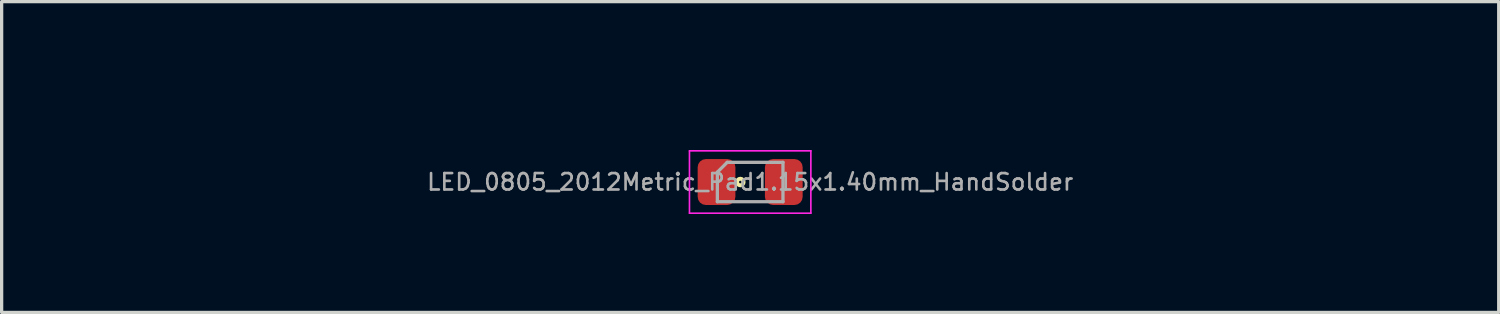
<source format=kicad_pcb>
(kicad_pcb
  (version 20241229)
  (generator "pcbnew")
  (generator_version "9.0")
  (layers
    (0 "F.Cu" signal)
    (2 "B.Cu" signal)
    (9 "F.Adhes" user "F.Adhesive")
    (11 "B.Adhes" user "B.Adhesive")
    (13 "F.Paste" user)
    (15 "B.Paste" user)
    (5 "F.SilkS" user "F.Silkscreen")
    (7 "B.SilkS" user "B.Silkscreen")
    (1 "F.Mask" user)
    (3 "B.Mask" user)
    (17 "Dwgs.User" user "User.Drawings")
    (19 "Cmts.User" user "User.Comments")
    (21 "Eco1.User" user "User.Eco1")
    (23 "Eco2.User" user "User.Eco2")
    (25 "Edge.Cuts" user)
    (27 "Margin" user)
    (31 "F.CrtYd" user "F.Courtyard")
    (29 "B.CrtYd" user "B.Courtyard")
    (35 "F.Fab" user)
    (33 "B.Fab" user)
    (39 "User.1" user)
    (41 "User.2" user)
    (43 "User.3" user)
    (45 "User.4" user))
  (footprint "LED_0805_2012Metric_Pad1.15x1.40mm_HandSolder"
    (layer "F.Cu")
    (at 19.815 2.498)
    (property "Reference" "LED_0805_2012Metric_Pad1.15x1.40mm_HandSolder" (at 0 -1.65 0) (layer "Eco1.User") (effects (font (size 1 1) (thickness 0.15))))
    (attr smd)
    (fp_circle (center -0.3 0) (end -0.2 0) (stroke (width 0.12) (type solid)) (fill no) (layer "F.SilkS"))
    (fp_line (start -1.85 -0.95) (end 1.85 -0.95) (stroke (width 0.05) (type solid)) (layer "F.CrtYd"))
    (fp_line (start -1.85 0.95) (end -1.85 -0.95) (stroke (width 0.05) (type solid)) (layer "F.CrtYd"))
    (fp_line (start 1.85 -0.95) (end 1.85 0.95) (stroke (width 0.05) (type solid)) (layer "F.CrtYd"))
    (fp_line (start 1.85 0.95) (end -1.85 0.95) (stroke (width 0.05) (type solid)) (layer "F.CrtYd"))
    (fp_line (start -1 -0.3) (end -1 0.6) (stroke (width 0.1) (type solid)) (layer "F.Fab"))
    (fp_line (start -1 0.6) (end 1 0.6) (stroke (width 0.1) (type solid)) (layer "F.Fab"))
    (fp_line (start -0.7 -0.6) (end -1 -0.3) (stroke (width 0.1) (type solid)) (layer "F.Fab"))
    (fp_line (start 1 -0.6) (end -0.7 -0.6) (stroke (width 0.1) (type solid)) (layer "F.Fab"))
    (fp_line (start 1 0.6) (end 1 -0.6) (stroke (width 0.1) (type solid)) (layer "F.Fab"))
    (fp_text user "${REFERENCE}" (at 0 0 0) (layer "F.Fab") (effects (font (size 0.5 0.5) (thickness 0.08))))
    (pad "1" smd roundrect (at -1.025 0) (size 1.15 1.4) (layers "F.Cu" "F.Mask" "F.Paste") (roundrect_rratio 0.217))
    (pad "2" smd roundrect (at 1.025 0) (size 1.15 1.4) (layers "F.Cu" "F.Mask" "F.Paste") (roundrect_rratio 0.217)))
  (gr_rect
    (start -3 -3)
    (end 42.631 6.473)
    (stroke (width 0.1) (type default))
    (fill no)
    (layer "Edge.Cuts")))
</source>
